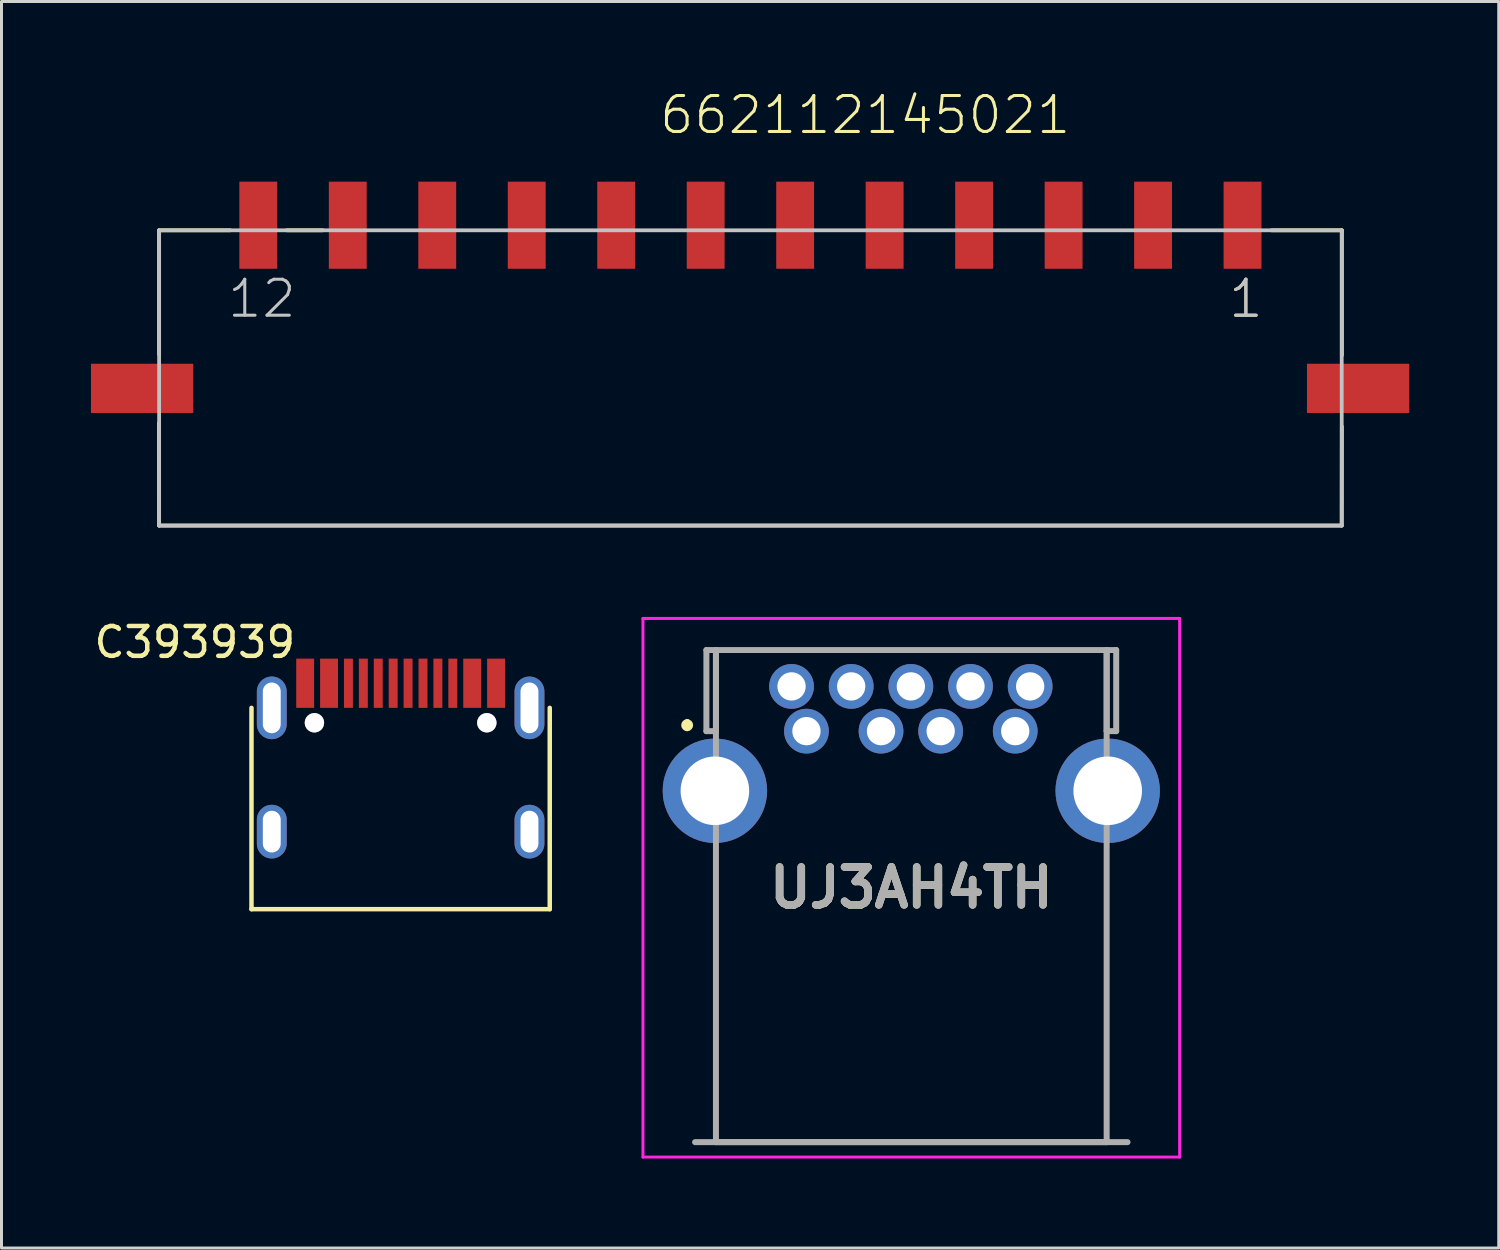
<source format=kicad_pcb>
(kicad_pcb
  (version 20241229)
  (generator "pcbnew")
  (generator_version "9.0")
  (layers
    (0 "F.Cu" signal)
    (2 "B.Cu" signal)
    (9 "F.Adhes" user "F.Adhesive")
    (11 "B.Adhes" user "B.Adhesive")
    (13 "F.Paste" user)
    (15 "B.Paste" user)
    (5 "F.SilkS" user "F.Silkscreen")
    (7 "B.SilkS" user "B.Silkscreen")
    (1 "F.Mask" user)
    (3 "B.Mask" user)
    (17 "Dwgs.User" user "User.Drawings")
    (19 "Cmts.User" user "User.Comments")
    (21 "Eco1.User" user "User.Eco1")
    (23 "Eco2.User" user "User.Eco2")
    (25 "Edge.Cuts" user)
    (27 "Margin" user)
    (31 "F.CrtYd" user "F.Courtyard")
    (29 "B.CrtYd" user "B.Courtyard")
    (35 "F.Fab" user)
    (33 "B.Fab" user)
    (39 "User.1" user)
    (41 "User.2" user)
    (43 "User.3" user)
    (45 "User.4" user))
  (footprint "C393939"
    (layer "F.Cu")
    (at 10.382 20.683)
    (property "Reference" "C393939" (at -6.9 -2.2 0) (layer "F.SilkS") (effects (font (size 1 1) (thickness 0.15))))
    (attr through_hole)
    (fp_line (start -5 0) (end -5 6.75) (stroke (width 0.15) (type solid)) (layer "F.SilkS"))
    (fp_line (start -5 6.75) (end 5 6.75) (stroke (width 0.15) (type solid)) (layer "F.SilkS"))
    (fp_line (start 5 6.75) (end 5 0) (stroke (width 0.15) (type solid)) (layer "F.SilkS"))
    (pad "" thru_hole circle (at -2.89 0.5) (size 0.65 0.65) (drill 0.65) (layers "*.Cu" "*.Mask"))
    (pad "" thru_hole circle (at 2.89 0.5) (size 0.65 0.65) (drill 0.65) (layers "*.Cu" "*.Mask"))
    (pad "A1" smd rect (at -3.2 -0.825) (size 0.6 1.65) (layers "F.Cu" "F.Mask" "F.Paste"))
    (pad "A1" smd rect (at 3.2 -0.825) (size 0.6 1.65) (layers "F.Cu" "F.Mask" "F.Paste"))
    (pad "A4" smd rect (at -2.4 -0.825) (size 0.6 1.65) (layers "F.Cu" "F.Mask" "F.Paste"))
    (pad "A4" smd rect (at 2.4 -0.825) (size 0.6 1.65) (layers "F.Cu" "F.Mask" "F.Paste"))
    (pad "A5" smd rect (at -1.25 -0.825) (size 0.3 1.65) (layers "F.Cu" "F.Mask" "F.Paste"))
    (pad "A6" smd rect (at -0.25 -0.825) (size 0.3 1.65) (layers "F.Cu" "F.Mask" "F.Paste"))
    (pad "A6" smd rect (at 0.75 -0.825) (size 0.3 1.65) (layers "F.Cu" "F.Mask" "F.Paste"))
    (pad "A7" smd rect (at -0.75 -0.825) (size 0.3 1.65) (layers "F.Cu" "F.Mask" "F.Paste"))
    (pad "A7" smd rect (at 0.25 -0.825) (size 0.3 1.65) (layers "F.Cu" "F.Mask" "F.Paste"))
    (pad "A8" smd rect (at -1.75 -0.825) (size 0.3 1.65) (layers "F.Cu" "F.Mask" "F.Paste"))
    (pad "B5" smd rect (at 1.75 -0.825) (size 0.3 1.65) (layers "F.Cu" "F.Mask" "F.Paste"))
    (pad "B8" smd rect (at 1.25 -0.825) (size 0.3 1.65) (layers "F.Cu" "F.Mask" "F.Paste"))
    (pad "S1" thru_hole oval (at -4.32 0) (size 1 2.1) (drill oval 0.6 1.7) (layers "*.Cu" "*.Mask"))
    (pad "S1" thru_hole oval (at -4.32 4.15) (size 1 1.8) (drill oval 0.6 1.4) (layers "*.Cu" "*.Mask"))
    (pad "S1" thru_hole oval (at 4.32 0) (size 1 2.1) (drill oval 0.6 1.7) (layers "*.Cu" "*.Mask"))
    (pad "S1" thru_hole oval (at 4.32 4.15) (size 1 1.8) (drill oval 0.6 1.4) (layers "*.Cu" "*.Mask")))
  (footprint "662112145021"
    (layer "F.Cu")
    (at 22.11 9.971)
    (property "Reference" "662112145021" (at -3.11 -8.46 0) (layer "F.SilkS") (effects (font (size 1.206 1.206) (thickness 0.102)) (justify left bottom)))
    (attr through_hole)
    (fp_line (start -19.83 1.16) (end -19.825 4.6) (stroke (width 0.127) (type solid)) (layer "F.SilkS"))
    (fp_line (start -19.825 -5.3) (end -19.825 -1.14) (stroke (width 0.127) (type solid)) (layer "F.SilkS"))
    (fp_line (start -19.825 4.6) (end 19.825 4.6) (stroke (width 0.127) (type solid)) (layer "F.SilkS"))
    (fp_line (start -17.44 -5.3) (end -19.825 -5.3) (stroke (width 0.127) (type solid)) (layer "F.SilkS"))
    (fp_line (start -15.54 -5.3) (end -14.34 -5.3) (stroke (width 0.127) (type solid)) (layer "F.SilkS"))
    (fp_line (start 17.47 -5.3) (end 19.83 -5.3) (stroke (width 0.127) (type solid)) (layer "F.SilkS"))
    (fp_line (start 19.825 4.6) (end 19.83 1.28) (stroke (width 0.127) (type solid)) (layer "F.SilkS"))
    (fp_line (start 19.83 -5.3) (end 19.83 -1.11) (stroke (width 0.127) (type solid)) (layer "F.SilkS"))
    (fp_line (start -19.825 -5.3) (end 19.825 -5.3) (stroke (width 0.127) (type solid)) (layer "Dwgs.User"))
    (fp_line (start -19.825 4.6) (end -19.825 -5.3) (stroke (width 0.127) (type solid)) (layer "Dwgs.User"))
    (fp_line (start 19.825 -5.3) (end 19.825 4.6) (stroke (width 0.127) (type solid)) (layer "Dwgs.User"))
    (fp_line (start 19.825 4.6) (end -19.825 4.6) (stroke (width 0.127) (type solid)) (layer "Dwgs.User"))
    (fp_text user "1" (at 15.97 -2.3 0) (layer "F.SilkS") (effects (font (size 1.206 1.206) (thickness 0.102)) (justify left bottom)))
    (fp_text user "1" (at 15.97 -2.3 0) (layer "Dwgs.User") (effects (font (size 1.206 1.206) (thickness 0.102)) (justify left bottom)))
    (fp_text user "12" (at -17.595 -2.3 0) (layer "Dwgs.User") (effects (font (size 1.206 1.206) (thickness 0.102)) (justify left bottom)))
    (pad "1" smd rect (at 16.5 -5.47 90) (size 2.92 1.27) (layers "F.Cu" "F.Mask" "F.Paste"))
    (pad "2" smd rect (at 13.5 -5.47 90) (size 2.92 1.27) (layers "F.Cu" "F.Mask" "F.Paste"))
    (pad "3" smd rect (at 10.5 -5.47 90) (size 2.92 1.27) (layers "F.Cu" "F.Mask" "F.Paste"))
    (pad "4" smd rect (at 7.5 -5.47 90) (size 2.92 1.27) (layers "F.Cu" "F.Mask" "F.Paste"))
    (pad "5" smd rect (at 4.5 -5.47 90) (size 2.92 1.27) (layers "F.Cu" "F.Mask" "F.Paste"))
    (pad "6" smd rect (at 1.5 -5.47 90) (size 2.92 1.27) (layers "F.Cu" "F.Mask" "F.Paste"))
    (pad "7" smd rect (at -1.5 -5.47 90) (size 2.92 1.27) (layers "F.Cu" "F.Mask" "F.Paste"))
    (pad "8" smd rect (at -4.5 -5.47 90) (size 2.92 1.27) (layers "F.Cu" "F.Mask" "F.Paste"))
    (pad "9" smd rect (at -7.5 -5.47 90) (size 2.92 1.27) (layers "F.Cu" "F.Mask" "F.Paste"))
    (pad "10" smd rect (at -10.5 -5.47 90) (size 2.92 1.27) (layers "F.Cu" "F.Mask" "F.Paste"))
    (pad "11" smd rect (at -13.5 -5.47 90) (size 2.92 1.27) (layers "F.Cu" "F.Mask" "F.Paste"))
    (pad "12" smd rect (at -16.5 -5.47 90) (size 2.92 1.27) (layers "F.Cu" "F.Mask" "F.Paste"))
    (pad "M1" smd rect (at 20.375 0) (size 3.43 1.65) (layers "F.Cu" "F.Mask" "F.Paste"))
    (pad "M2" smd rect (at -20.395 0) (size 3.43 1.65) (layers "F.Cu" "F.Mask" "F.Paste")))
  (footprint "UJ3AH4TH"
    (layer "F.Cu")
    (at 23.989 21.464)
    (property "Reference" "UJ3AH4TH" (at 3.515 5.25 0) (layer "F.SilkS") (effects (font (size 1.27 1.27) (thickness 0.254))))
    (attr through_hole)
    (fp_line (start -4 -0.3) (end -4 -0.3) (stroke (width 0.2) (type solid)) (layer "F.SilkS"))
    (fp_line (start -4 -0.1) (end -4 -0.1) (stroke (width 0.2) (type solid)) (layer "F.SilkS"))
    (fp_line (start -3.035 -2.72) (end -3.035 -0.5) (stroke (width 0.1) (type solid)) (layer "F.SilkS"))
    (fp_line (start -3.035 4.5) (end -3.035 13.78) (stroke (width 0.1) (type solid)) (layer "F.SilkS"))
    (fp_line (start -3.035 13.78) (end 10.065 13.78) (stroke (width 0.1) (type solid)) (layer "F.SilkS"))
    (fp_line (start -2 -2.72) (end -3.035 -2.72) (stroke (width 0.1) (type solid)) (layer "F.SilkS"))
    (fp_line (start -2 -2.72) (end 9.2 -2.72) (stroke (width 0.1) (type solid)) (layer "F.SilkS"))
    (fp_line (start 9 -2.72) (end 10.065 -2.72) (stroke (width 0.1) (type solid)) (layer "F.SilkS"))
    (fp_line (start 10.065 -2.72) (end 10.065 -0.5) (stroke (width 0.1) (type solid)) (layer "F.SilkS"))
    (fp_line (start 10.065 13.78) (end 10.065 4.5) (stroke (width 0.1) (type solid)) (layer "F.SilkS"))
    (fp_arc (start -4 -0.3) (mid -3.9 -0.2) (end -4 -0.1) (stroke (width 0.2) (type solid)) (layer "F.SilkS"))
    (fp_arc (start -4 -0.1) (mid -4.1 -0.2) (end -4 -0.3) (stroke (width 0.2) (type solid)) (layer "F.SilkS"))
    (fp_line (start -5.482 -3.779) (end 12.512 -3.779) (stroke (width 0.1) (type solid)) (layer "F.CrtYd"))
    (fp_line (start -5.482 14.28) (end -5.482 -3.779) (stroke (width 0.1) (type solid)) (layer "F.CrtYd"))
    (fp_line (start 12.512 -3.779) (end 12.512 14.28) (stroke (width 0.1) (type solid)) (layer "F.CrtYd"))
    (fp_line (start 12.512 14.28) (end -5.482 14.28) (stroke (width 0.1) (type solid)) (layer "F.CrtYd"))
    (fp_line (start -3.735 13.78) (end 10.765 13.78) (stroke (width 0.2) (type solid)) (layer "F.Fab"))
    (fp_line (start -3.355 -2.72) (end -3.035 -2.72) (stroke (width 0.2) (type solid)) (layer "F.Fab"))
    (fp_line (start -3.355 0) (end -3.355 -2.72) (stroke (width 0.2) (type solid)) (layer "F.Fab"))
    (fp_line (start -3.035 -2.72) (end -3.035 0) (stroke (width 0.2) (type solid)) (layer "F.Fab"))
    (fp_line (start -3.035 -2.72) (end 10.065 -2.72) (stroke (width 0.2) (type solid)) (layer "F.Fab"))
    (fp_line (start -3.035 0) (end -3.355 0) (stroke (width 0.2) (type solid)) (layer "F.Fab"))
    (fp_line (start -3.035 13.78) (end -3.035 -2.72) (stroke (width 0.2) (type solid)) (layer "F.Fab"))
    (fp_line (start 10.065 -2.72) (end 10.065 0) (stroke (width 0.2) (type solid)) (layer "F.Fab"))
    (fp_line (start 10.065 -2.72) (end 10.065 13.78) (stroke (width 0.2) (type solid)) (layer "F.Fab"))
    (fp_line (start 10.065 0) (end 10.385 0) (stroke (width 0.2) (type solid)) (layer "F.Fab"))
    (fp_line (start 10.065 13.78) (end -3.035 13.78) (stroke (width 0.2) (type solid)) (layer "F.Fab"))
    (fp_line (start 10.385 -2.72) (end 10.065 -2.72) (stroke (width 0.2) (type solid)) (layer "F.Fab"))
    (fp_line (start 10.385 0) (end 10.385 -2.72) (stroke (width 0.2) (type solid)) (layer "F.Fab"))
    (fp_text user "${REFERENCE}" (at 3.515 5.25 0) (layer "F.Fab") (effects (font (size 1.27 1.27) (thickness 0.254))))
    (pad "1" thru_hole circle (at 0 0) (size 1.5 1.5) (drill 0.95) (layers "*.Cu" "*.Mask"))
    (pad "2" thru_hole circle (at 2.5 0) (size 1.5 1.5) (drill 0.95) (layers "*.Cu" "*.Mask"))
    (pad "3" thru_hole circle (at 4.5 0) (size 1.5 1.5) (drill 0.95) (layers "*.Cu" "*.Mask"))
    (pad "4" thru_hole circle (at 7 0) (size 1.5 1.5) (drill 0.95) (layers "*.Cu" "*.Mask"))
    (pad "5" thru_hole circle (at 7.5 -1.5) (size 1.5 1.5) (drill 0.95) (layers "*.Cu" "*.Mask"))
    (pad "6" thru_hole circle (at 5.5 -1.5) (size 1.5 1.5) (drill 0.95) (layers "*.Cu" "*.Mask"))
    (pad "7" thru_hole circle (at 3.5 -1.5) (size 1.5 1.5) (drill 0.95) (layers "*.Cu" "*.Mask"))
    (pad "8" thru_hole circle (at 1.5 -1.5) (size 1.5 1.5) (drill 0.95) (layers "*.Cu" "*.Mask"))
    (pad "9" thru_hole circle (at -0.5 -1.5) (size 1.5 1.5) (drill 0.95) (layers "*.Cu" "*.Mask"))
    (pad "MH1" thru_hole circle (at -3.07 2) (size 3.5 3.5) (drill 2.3) (layers "*.Cu" "*.Mask"))
    (pad "MH2" thru_hole circle (at 10.1 2) (size 3.5 3.5) (drill 2.3) (layers "*.Cu" "*.Mask")))
  (gr_rect
    (start -3 -3)
    (end 47.2 38.794)
    (stroke (width 0.1) (type default))
    (fill no)
    (layer "Edge.Cuts")))
</source>
